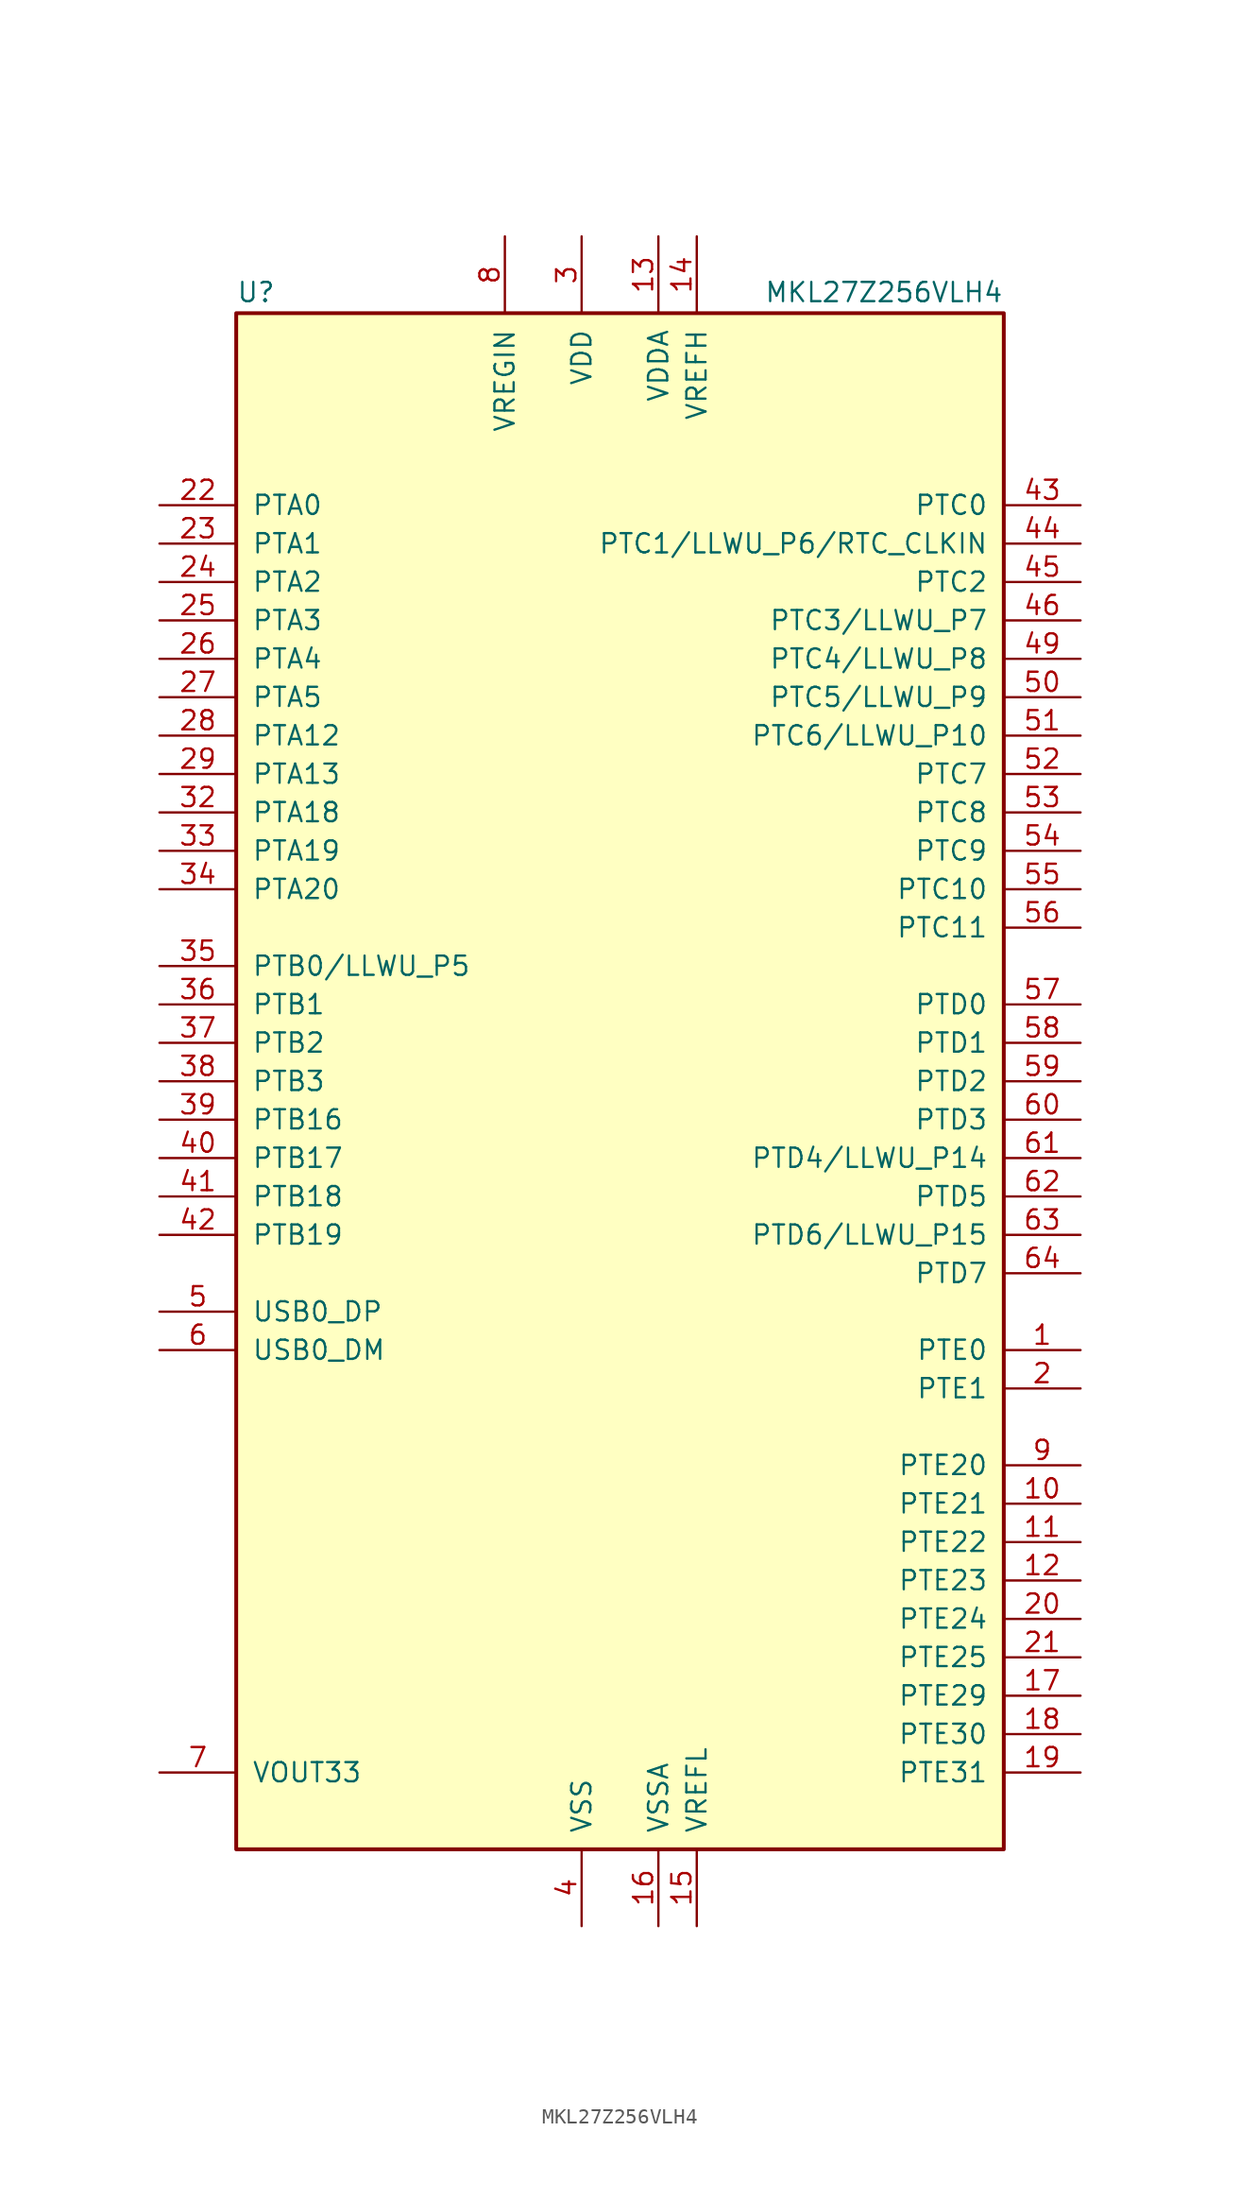
<source format=kicad_sym>
(kicad_symbol_lib
  (version 20211014)
  (generator kicad_symbol_editor)
  (symbol "MKL27Z256VLH4"
    (pin_names
      (offset 1.016))
    (property "Reference" "U"
      (at -25.4 51.435 0)
      (effects (font (size 1.27 1.27)) (justify left bottom)))
    (property "Value" "MKL27Z256VLH4"
      (at 25.4 51.435 0)
      (effects (font (size 1.27 1.27)) (justify right bottom)))
    (symbol "MKL27Z256VLH4_0_1"
      (rectangle (start -25.4 50.8) (end 25.4 -50.8) (stroke (width 0.254) (type default) (color 0 0 0 0)) (fill (type background))))
    (symbol "MKL27Z256VLH4_1_1"
      (pin bidirectional line (at 30.48 -17.78 180) (length 5.08) (name "PTE0" (effects (font (size 1.27 1.27)))) (number "1" (effects (font (size 1.27 1.27)))))
      (pin bidirectional line (at 30.48 -27.94 180) (length 5.08) (name "PTE21" (effects (font (size 1.27 1.27)))) (number "10" (effects (font (size 1.27 1.27)))))
      (pin bidirectional line (at 30.48 -30.48 180) (length 5.08) (name "PTE22" (effects (font (size 1.27 1.27)))) (number "11" (effects (font (size 1.27 1.27)))))
      (pin bidirectional line (at 30.48 -33.02 180) (length 5.08) (name "PTE23" (effects (font (size 1.27 1.27)))) (number "12" (effects (font (size 1.27 1.27)))))
      (pin power_in line (at 2.54 55.88 270) (length 5.08) (name "VDDA" (effects (font (size 1.27 1.27)))) (number "13" (effects (font (size 1.27 1.27)))))
      (pin power_in line (at 5.08 55.88 270) (length 5.08) (name "VREFH" (effects (font (size 1.27 1.27)))) (number "14" (effects (font (size 1.27 1.27)))))
      (pin power_in line (at 5.08 -55.88 90) (length 5.08) (name "VREFL" (effects (font (size 1.27 1.27)))) (number "15" (effects (font (size 1.27 1.27)))))
      (pin power_in line (at 2.54 -55.88 90) (length 5.08) (name "VSSA" (effects (font (size 1.27 1.27)))) (number "16" (effects (font (size 1.27 1.27)))))
      (pin bidirectional line (at 30.48 -40.64 180) (length 5.08) (name "PTE29" (effects (font (size 1.27 1.27)))) (number "17" (effects (font (size 1.27 1.27)))))
      (pin bidirectional line (at 30.48 -43.18 180) (length 5.08) (name "PTE30" (effects (font (size 1.27 1.27)))) (number "18" (effects (font (size 1.27 1.27)))))
      (pin bidirectional line (at 30.48 -45.72 180) (length 5.08) (name "PTE31" (effects (font (size 1.27 1.27)))) (number "19" (effects (font (size 1.27 1.27)))))
      (pin bidirectional line (at 30.48 -20.32 180) (length 5.08) (name "PTE1" (effects (font (size 1.27 1.27)))) (number "2" (effects (font (size 1.27 1.27)))))
      (pin bidirectional line (at 30.48 -35.56 180) (length 5.08) (name "PTE24" (effects (font (size 1.27 1.27)))) (number "20" (effects (font (size 1.27 1.27)))))
      (pin bidirectional line (at 30.48 -38.1 180) (length 5.08) (name "PTE25" (effects (font (size 1.27 1.27)))) (number "21" (effects (font (size 1.27 1.27)))))
      (pin bidirectional line (at -30.48 38.1 0) (length 5.08) (name "PTA0" (effects (font (size 1.27 1.27)))) (number "22" (effects (font (size 1.27 1.27)))))
      (pin bidirectional line (at -30.48 35.56 0) (length 5.08) (name "PTA1" (effects (font (size 1.27 1.27)))) (number "23" (effects (font (size 1.27 1.27)))))
      (pin bidirectional line (at -30.48 33.02 0) (length 5.08) (name "PTA2" (effects (font (size 1.27 1.27)))) (number "24" (effects (font (size 1.27 1.27)))))
      (pin bidirectional line (at -30.48 30.48 0) (length 5.08) (name "PTA3" (effects (font (size 1.27 1.27)))) (number "25" (effects (font (size 1.27 1.27)))))
      (pin bidirectional line (at -30.48 27.94 0) (length 5.08) (name "PTA4" (effects (font (size 1.27 1.27)))) (number "26" (effects (font (size 1.27 1.27)))))
      (pin bidirectional line (at -30.48 25.4 0) (length 5.08) (name "PTA5" (effects (font (size 1.27 1.27)))) (number "27" (effects (font (size 1.27 1.27)))))
      (pin bidirectional line (at -30.48 22.86 0) (length 5.08) (name "PTA12" (effects (font (size 1.27 1.27)))) (number "28" (effects (font (size 1.27 1.27)))))
      (pin bidirectional line (at -30.48 20.32 0) (length 5.08) (name "PTA13" (effects (font (size 1.27 1.27)))) (number "29" (effects (font (size 1.27 1.27)))))
      (pin power_in line (at -2.54 55.88 270) (length 5.08) (name "VDD" (effects (font (size 1.27 1.27)))) (number "3" (effects (font (size 1.27 1.27)))))
      (pin passive line (at -2.54 55.88 270) (length 5.08) hide (name "VDD" (effects (font (size 1.27 1.27)))) (number "30" (effects (font (size 1.27 1.27)))))
      (pin passive line (at -2.54 -55.88 90) (length 5.08) hide (name "VSS" (effects (font (size 1.27 1.27)))) (number "31" (effects (font (size 1.27 1.27)))))
      (pin bidirectional line (at -30.48 17.78 0) (length 5.08) (name "PTA18" (effects (font (size 1.27 1.27)))) (number "32" (effects (font (size 1.27 1.27)))))
      (pin bidirectional line (at -30.48 15.24 0) (length 5.08) (name "PTA19" (effects (font (size 1.27 1.27)))) (number "33" (effects (font (size 1.27 1.27)))))
      (pin bidirectional line (at -30.48 12.7 0) (length 5.08) (name "PTA20" (effects (font (size 1.27 1.27)))) (number "34" (effects (font (size 1.27 1.27)))))
      (pin bidirectional line (at -30.48 7.62 0) (length 5.08) (name "PTB0/LLWU_P5" (effects (font (size 1.27 1.27)))) (number "35" (effects (font (size 1.27 1.27)))))
      (pin bidirectional line (at -30.48 5.08 0) (length 5.08) (name "PTB1" (effects (font (size 1.27 1.27)))) (number "36" (effects (font (size 1.27 1.27)))))
      (pin bidirectional line (at -30.48 2.54 0) (length 5.08) (name "PTB2" (effects (font (size 1.27 1.27)))) (number "37" (effects (font (size 1.27 1.27)))))
      (pin bidirectional line (at -30.48 0 0) (length 5.08) (name "PTB3" (effects (font (size 1.27 1.27)))) (number "38" (effects (font (size 1.27 1.27)))))
      (pin bidirectional line (at -30.48 -2.54 0) (length 5.08) (name "PTB16" (effects (font (size 1.27 1.27)))) (number "39" (effects (font (size 1.27 1.27)))))
      (pin power_in line (at -2.54 -55.88 90) (length 5.08) (name "VSS" (effects (font (size 1.27 1.27)))) (number "4" (effects (font (size 1.27 1.27)))))
      (pin bidirectional line (at -30.48 -5.08 0) (length 5.08) (name "PTB17" (effects (font (size 1.27 1.27)))) (number "40" (effects (font (size 1.27 1.27)))))
      (pin bidirectional line (at -30.48 -7.62 0) (length 5.08) (name "PTB18" (effects (font (size 1.27 1.27)))) (number "41" (effects (font (size 1.27 1.27)))))
      (pin bidirectional line (at -30.48 -10.16 0) (length 5.08) (name "PTB19" (effects (font (size 1.27 1.27)))) (number "42" (effects (font (size 1.27 1.27)))))
      (pin bidirectional line (at 30.48 38.1 180) (length 5.08) (name "PTC0" (effects (font (size 1.27 1.27)))) (number "43" (effects (font (size 1.27 1.27)))))
      (pin bidirectional line (at 30.48 35.56 180) (length 5.08) (name "PTC1/LLWU_P6/RTC_CLKIN" (effects (font (size 1.27 1.27)))) (number "44" (effects (font (size 1.27 1.27)))))
      (pin bidirectional line (at 30.48 33.02 180) (length 5.08) (name "PTC2" (effects (font (size 1.27 1.27)))) (number "45" (effects (font (size 1.27 1.27)))))
      (pin bidirectional line (at 30.48 30.48 180) (length 5.08) (name "PTC3/LLWU_P7" (effects (font (size 1.27 1.27)))) (number "46" (effects (font (size 1.27 1.27)))))
      (pin passive line (at -2.54 -55.88 90) (length 5.08) hide (name "VSS" (effects (font (size 1.27 1.27)))) (number "47" (effects (font (size 1.27 1.27)))))
      (pin passive line (at -2.54 55.88 270) (length 5.08) hide (name "VDD" (effects (font (size 1.27 1.27)))) (number "48" (effects (font (size 1.27 1.27)))))
      (pin bidirectional line (at 30.48 27.94 180) (length 5.08) (name "PTC4/LLWU_P8" (effects (font (size 1.27 1.27)))) (number "49" (effects (font (size 1.27 1.27)))))
      (pin bidirectional line (at -30.48 -15.24 0) (length 5.08) (name "USB0_DP" (effects (font (size 1.27 1.27)))) (number "5" (effects (font (size 1.27 1.27)))))
      (pin bidirectional line (at 30.48 25.4 180) (length 5.08) (name "PTC5/LLWU_P9" (effects (font (size 1.27 1.27)))) (number "50" (effects (font (size 1.27 1.27)))))
      (pin bidirectional line (at 30.48 22.86 180) (length 5.08) (name "PTC6/LLWU_P10" (effects (font (size 1.27 1.27)))) (number "51" (effects (font (size 1.27 1.27)))))
      (pin bidirectional line (at 30.48 20.32 180) (length 5.08) (name "PTC7" (effects (font (size 1.27 1.27)))) (number "52" (effects (font (size 1.27 1.27)))))
      (pin bidirectional line (at 30.48 17.78 180) (length 5.08) (name "PTC8" (effects (font (size 1.27 1.27)))) (number "53" (effects (font (size 1.27 1.27)))))
      (pin bidirectional line (at 30.48 15.24 180) (length 5.08) (name "PTC9" (effects (font (size 1.27 1.27)))) (number "54" (effects (font (size 1.27 1.27)))))
      (pin bidirectional line (at 30.48 12.7 180) (length 5.08) (name "PTC10" (effects (font (size 1.27 1.27)))) (number "55" (effects (font (size 1.27 1.27)))))
      (pin bidirectional line (at 30.48 10.16 180) (length 5.08) (name "PTC11" (effects (font (size 1.27 1.27)))) (number "56" (effects (font (size 1.27 1.27)))))
      (pin bidirectional line (at 30.48 5.08 180) (length 5.08) (name "PTD0" (effects (font (size 1.27 1.27)))) (number "57" (effects (font (size 1.27 1.27)))))
      (pin bidirectional line (at 30.48 2.54 180) (length 5.08) (name "PTD1" (effects (font (size 1.27 1.27)))) (number "58" (effects (font (size 1.27 1.27)))))
      (pin bidirectional line (at 30.48 0 180) (length 5.08) (name "PTD2" (effects (font (size 1.27 1.27)))) (number "59" (effects (font (size 1.27 1.27)))))
      (pin bidirectional line (at -30.48 -17.78 0) (length 5.08) (name "USB0_DM" (effects (font (size 1.27 1.27)))) (number "6" (effects (font (size 1.27 1.27)))))
      (pin bidirectional line (at 30.48 -2.54 180) (length 5.08) (name "PTD3" (effects (font (size 1.27 1.27)))) (number "60" (effects (font (size 1.27 1.27)))))
      (pin bidirectional line (at 30.48 -5.08 180) (length 5.08) (name "PTD4/LLWU_P14" (effects (font (size 1.27 1.27)))) (number "61" (effects (font (size 1.27 1.27)))))
      (pin bidirectional line (at 30.48 -7.62 180) (length 5.08) (name "PTD5" (effects (font (size 1.27 1.27)))) (number "62" (effects (font (size 1.27 1.27)))))
      (pin bidirectional line (at 30.48 -10.16 180) (length 5.08) (name "PTD6/LLWU_P15" (effects (font (size 1.27 1.27)))) (number "63" (effects (font (size 1.27 1.27)))))
      (pin bidirectional line (at 30.48 -12.7 180) (length 5.08) (name "PTD7" (effects (font (size 1.27 1.27)))) (number "64" (effects (font (size 1.27 1.27)))))
      (pin power_out line (at -30.48 -45.72 0) (length 5.08) (name "VOUT33" (effects (font (size 1.27 1.27)))) (number "7" (effects (font (size 1.27 1.27)))))
      (pin power_in line (at -7.62 55.88 270) (length 5.08) (name "VREGIN" (effects (font (size 1.27 1.27)))) (number "8" (effects (font (size 1.27 1.27)))))
      (pin bidirectional line (at 30.48 -25.4 180) (length 5.08) (name "PTE20" (effects (font (size 1.27 1.27)))) (number "9" (effects (font (size 1.27 1.27))))))))
</source>
